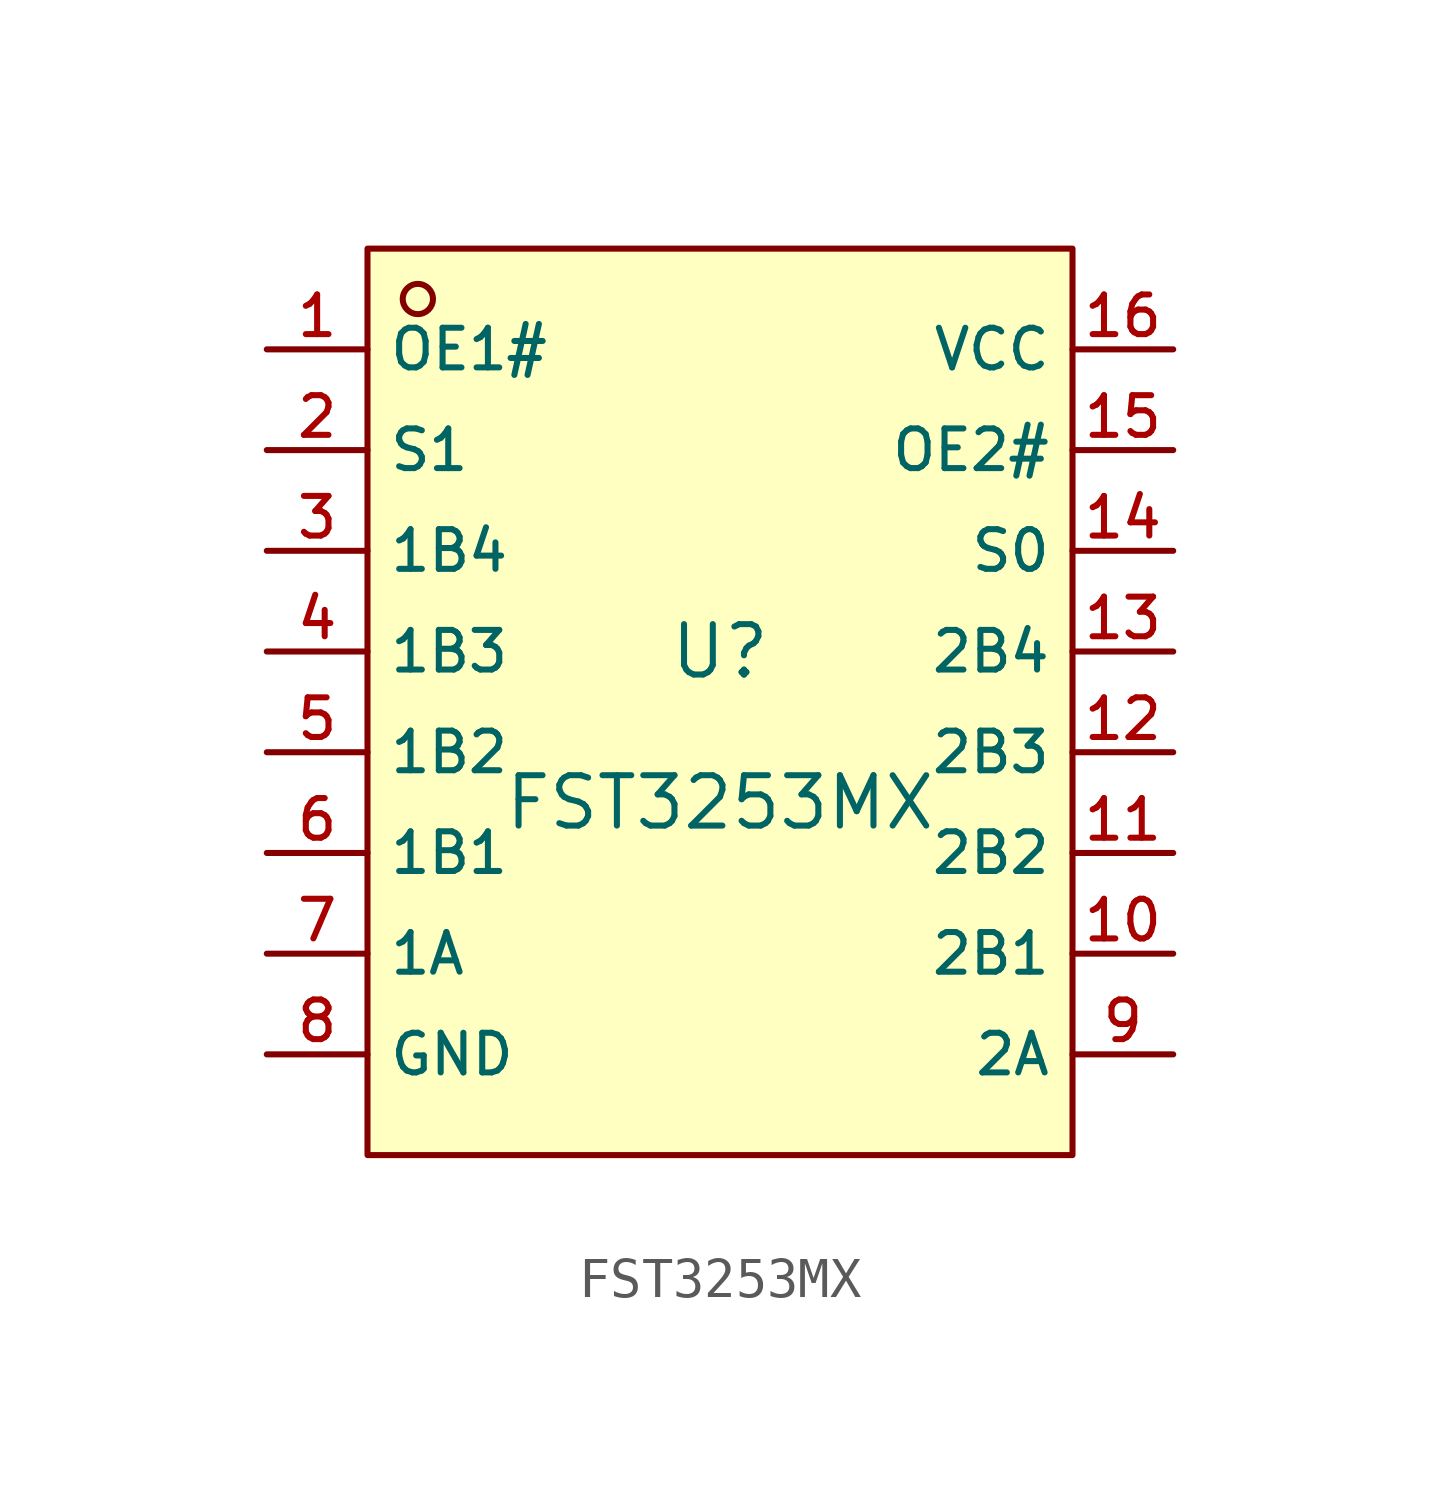
<source format=kicad_sym>
(kicad_symbol_lib
  (version 20210201)
  (generator TousstNicolas/JLC2KiCad_lib)
  (symbol "FST3253MX"
    (property "Reference" "U"
      (at 0 1.27 0)
      (effects (font (size 1.27 1.27))))
    (property "Value" "FST3253MX"
      (at 0 -2.54 0)
      (effects (font (size 1.27 1.27))))
    (symbol "FST3253MX_0_1"
      (rectangle (start -8.89 11.43) (end 8.89 -11.43) (stroke (width 0) (type default) (color 0 0 0 0)) (fill (type background)))
      (circle (center -7.62 10.16) (radius 0.381) (stroke (width 0) (type default) (color 0 0 0 0)) (fill (type background)))
      (pin unspecified line (at -11.43 8.89 0) (length 2.54) (name "OE1#" (effects (font (size 1 1)))) (number "1" (effects (font (size 1 1)))))
      (pin unspecified line (at -11.43 6.35 0) (length 2.54) (name "S1" (effects (font (size 1 1)))) (number "2" (effects (font (size 1 1)))))
      (pin unspecified line (at -11.43 3.81 0) (length 2.54) (name "1B4" (effects (font (size 1 1)))) (number "3" (effects (font (size 1 1)))))
      (pin unspecified line (at -11.43 1.27 0) (length 2.54) (name "1B3" (effects (font (size 1 1)))) (number "4" (effects (font (size 1 1)))))
      (pin unspecified line (at -11.43 -1.27 0) (length 2.54) (name "1B2" (effects (font (size 1 1)))) (number "5" (effects (font (size 1 1)))))
      (pin unspecified line (at -11.43 -3.81 0) (length 2.54) (name "1B1" (effects (font (size 1 1)))) (number "6" (effects (font (size 1 1)))))
      (pin unspecified line (at -11.43 -6.35 0) (length 2.54) (name "1A" (effects (font (size 1 1)))) (number "7" (effects (font (size 1 1)))))
      (pin unspecified line (at -11.43 -8.89 0) (length 2.54) (name "GND" (effects (font (size 1 1)))) (number "8" (effects (font (size 1 1)))))
      (pin unspecified line (at 11.43 -8.89 180) (length 2.54) (name "2A" (effects (font (size 1 1)))) (number "9" (effects (font (size 1 1)))))
      (pin unspecified line (at 11.43 -6.35 180) (length 2.54) (name "2B1" (effects (font (size 1 1)))) (number "10" (effects (font (size 1 1)))))
      (pin unspecified line (at 11.43 -3.81 180) (length 2.54) (name "2B2" (effects (font (size 1 1)))) (number "11" (effects (font (size 1 1)))))
      (pin unspecified line (at 11.43 -1.27 180) (length 2.54) (name "2B3" (effects (font (size 1 1)))) (number "12" (effects (font (size 1 1)))))
      (pin unspecified line (at 11.43 1.27 180) (length 2.54) (name "2B4" (effects (font (size 1 1)))) (number "13" (effects (font (size 1 1)))))
      (pin unspecified line (at 11.43 3.81 180) (length 2.54) (name "S0" (effects (font (size 1 1)))) (number "14" (effects (font (size 1 1)))))
      (pin unspecified line (at 11.43 6.35 180) (length 2.54) (name "OE2#" (effects (font (size 1 1)))) (number "15" (effects (font (size 1 1)))))
      (pin unspecified line (at 11.43 8.89 180) (length 2.54) (name "VCC" (effects (font (size 1 1)))) (number "16" (effects (font (size 1 1))))))))
</source>
